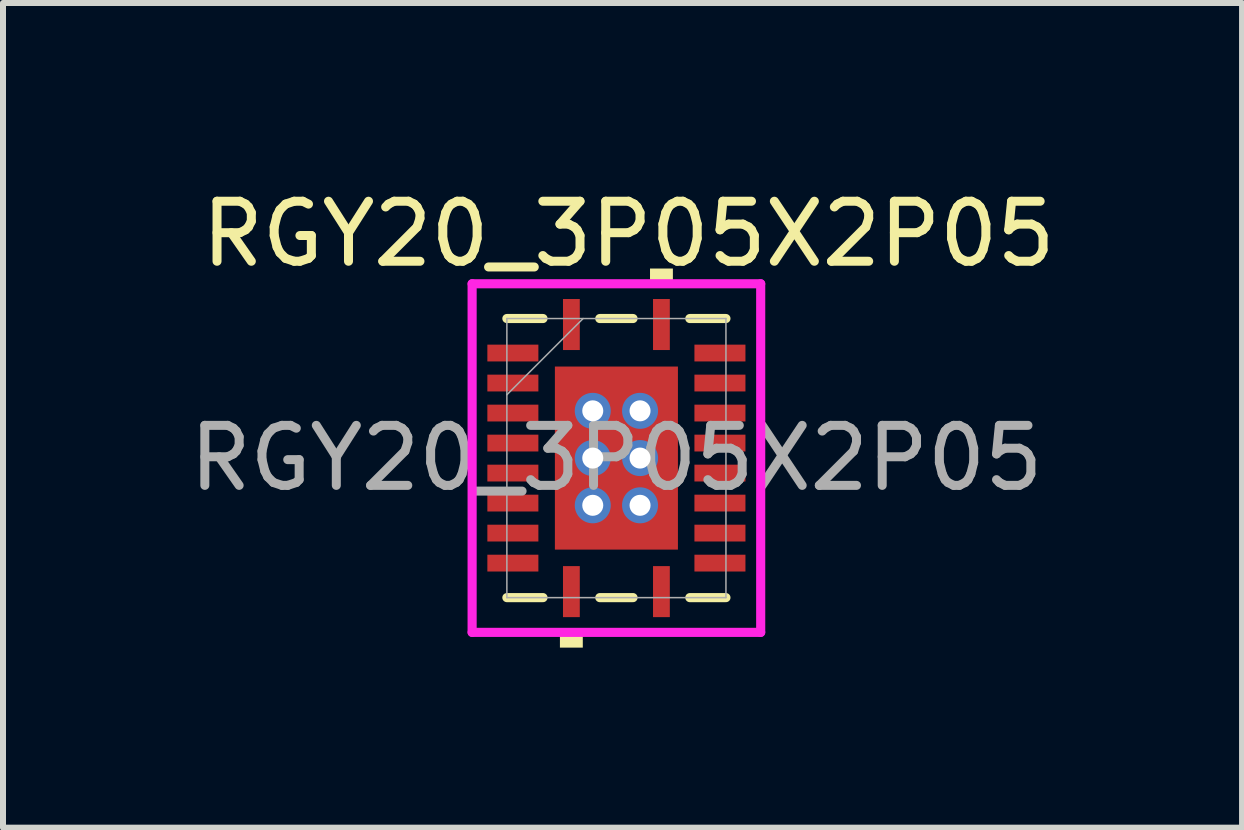
<source format=kicad_pcb>
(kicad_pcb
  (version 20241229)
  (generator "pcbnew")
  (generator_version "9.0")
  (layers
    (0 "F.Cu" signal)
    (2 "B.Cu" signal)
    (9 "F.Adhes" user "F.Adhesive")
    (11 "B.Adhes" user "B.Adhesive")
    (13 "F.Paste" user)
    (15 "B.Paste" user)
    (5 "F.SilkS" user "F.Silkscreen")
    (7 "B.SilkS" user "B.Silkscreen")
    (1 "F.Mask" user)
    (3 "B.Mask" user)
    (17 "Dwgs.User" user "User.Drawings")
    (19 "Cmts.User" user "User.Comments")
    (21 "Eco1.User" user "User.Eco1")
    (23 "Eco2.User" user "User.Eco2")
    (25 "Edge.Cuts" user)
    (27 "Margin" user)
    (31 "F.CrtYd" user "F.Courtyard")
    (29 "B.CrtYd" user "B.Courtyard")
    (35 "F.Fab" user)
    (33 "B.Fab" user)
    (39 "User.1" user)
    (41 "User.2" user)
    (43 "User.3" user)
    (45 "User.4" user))
  (footprint "RGY20_3P05X2P05"
    (layer "F.Cu")
    (at 7.22 4.582)
    (property "Reference" "RGY20_3P05X2P05" (at 0.203 -3.734 0) (unlocked yes) (layer "F.SilkS") (effects (font (size 1 1) (thickness 0.15))))
    (attr smd)
    (fp_poly (pts (xy -2.22 -1.96) (xy -2.22 -1.54) (xy -1.23 -1.54) (xy -1.23 -1.96)) (stroke (width 0) (type solid)) (fill yes) (layer "F.Mask"))
    (fp_poly (pts (xy -2.22 -1.46) (xy -2.22 -1.04) (xy -1.23 -1.04) (xy -1.23 -1.46)) (stroke (width 0) (type solid)) (fill yes) (layer "F.Mask"))
    (fp_poly (pts (xy -2.22 -0.96) (xy -2.22 -0.54) (xy -1.23 -0.54) (xy -1.23 -0.96)) (stroke (width 0) (type solid)) (fill yes) (layer "F.Mask"))
    (fp_poly (pts (xy -2.22 -0.46) (xy -2.22 -0.04) (xy -1.23 -0.04) (xy -1.23 -0.46)) (stroke (width 0) (type solid)) (fill yes) (layer "F.Mask"))
    (fp_poly (pts (xy -2.22 0.04) (xy -2.22 0.46) (xy -1.23 0.46) (xy -1.23 0.04)) (stroke (width 0) (type solid)) (fill yes) (layer "F.Mask"))
    (fp_poly (pts (xy -2.22 0.54) (xy -2.22 0.96) (xy -1.23 0.96) (xy -1.23 0.54)) (stroke (width 0) (type solid)) (fill yes) (layer "F.Mask"))
    (fp_poly (pts (xy -2.22 1.04) (xy -2.22 1.46) (xy -1.23 1.46) (xy -1.23 1.04)) (stroke (width 0) (type solid)) (fill yes) (layer "F.Mask"))
    (fp_poly (pts (xy -2.22 1.54) (xy -2.22 1.96) (xy -1.23 1.96) (xy -1.23 1.54)) (stroke (width 0) (type solid)) (fill yes) (layer "F.Mask"))
    (fp_poly (pts (xy -1.089 -1.588) (xy -0.594 -1.588) (xy -0.594 1.588) (xy -1.089 1.588)) (stroke (width 0) (type solid)) (fill yes) (layer "F.Mask"))
    (fp_poly (pts (xy -1.089 -1.588) (xy 1.089 -1.588) (xy 1.089 -0.987) (xy -1.089 -0.987)) (stroke (width 0) (type solid)) (fill yes) (layer "F.Mask"))
    (fp_poly (pts (xy -1.089 -0.587) (xy 1.089 -0.587) (xy 1.089 -0.2) (xy -1.089 -0.2)) (stroke (width 0) (type solid)) (fill yes) (layer "F.Mask"))
    (fp_poly (pts (xy -1.089 0.2) (xy 1.089 0.2) (xy 1.089 0.587) (xy -1.089 0.587)) (stroke (width 0) (type solid)) (fill yes) (layer "F.Mask"))
    (fp_poly (pts (xy -1.089 0.987) (xy 1.089 0.987) (xy 1.089 1.588) (xy -1.089 1.588)) (stroke (width 0) (type solid)) (fill yes) (layer "F.Mask"))
    (fp_poly (pts (xy -0.96 -2.72) (xy -0.96 -1.73) (xy -0.54 -1.73) (xy -0.54 -2.72)) (stroke (width 0) (type solid)) (fill yes) (layer "F.Mask"))
    (fp_poly (pts (xy -0.96 1.73) (xy -0.96 2.72) (xy -0.54 2.72) (xy -0.54 1.73)) (stroke (width 0) (type solid)) (fill yes) (layer "F.Mask"))
    (fp_poly (pts (xy 0.194 -1.588) (xy -0.194 -1.588) (xy -0.194 1.588) (xy 0.194 1.588)) (stroke (width 0) (type solid)) (fill yes) (layer "F.Mask"))
    (fp_poly (pts (xy 0.54 -2.72) (xy 0.54 -1.73) (xy 0.96 -1.73) (xy 0.96 -2.72)) (stroke (width 0) (type solid)) (fill yes) (layer "F.Mask"))
    (fp_poly (pts (xy 0.54 1.73) (xy 0.54 2.72) (xy 0.96 2.72) (xy 0.96 1.73)) (stroke (width 0) (type solid)) (fill yes) (layer "F.Mask"))
    (fp_poly (pts (xy 0.594 -1.588) (xy 1.089 -1.588) (xy 1.089 1.588) (xy 0.594 1.588)) (stroke (width 0) (type solid)) (fill yes) (layer "F.Mask"))
    (fp_poly (pts (xy 1.23 -1.96) (xy 1.23 -1.54) (xy 2.22 -1.54) (xy 2.22 -1.96)) (stroke (width 0) (type solid)) (fill yes) (layer "F.Mask"))
    (fp_poly (pts (xy 1.23 -1.46) (xy 1.23 -1.04) (xy 2.22 -1.04) (xy 2.22 -1.46)) (stroke (width 0) (type solid)) (fill yes) (layer "F.Mask"))
    (fp_poly (pts (xy 1.23 -0.96) (xy 1.23 -0.54) (xy 2.22 -0.54) (xy 2.22 -0.96)) (stroke (width 0) (type solid)) (fill yes) (layer "F.Mask"))
    (fp_poly (pts (xy 1.23 -0.46) (xy 1.23 -0.04) (xy 2.22 -0.04) (xy 2.22 -0.46)) (stroke (width 0) (type solid)) (fill yes) (layer "F.Mask"))
    (fp_poly (pts (xy 1.23 0.04) (xy 1.23 0.46) (xy 2.22 0.46) (xy 2.22 0.04)) (stroke (width 0) (type solid)) (fill yes) (layer "F.Mask"))
    (fp_poly (pts (xy 1.23 0.54) (xy 1.23 0.96) (xy 2.22 0.96) (xy 2.22 0.54)) (stroke (width 0) (type solid)) (fill yes) (layer "F.Mask"))
    (fp_poly (pts (xy 1.23 1.04) (xy 1.23 1.46) (xy 2.22 1.46) (xy 2.22 1.04)) (stroke (width 0) (type solid)) (fill yes) (layer "F.Mask"))
    (fp_poly (pts (xy 1.23 1.54) (xy 1.23 1.96) (xy 2.22 1.96) (xy 2.22 1.54)) (stroke (width 0) (type solid)) (fill yes) (layer "F.Mask"))
    (fp_line (start -1.825 2.325) (end -1.223 2.325) (stroke (width 0.152) (type solid)) (layer "F.SilkS"))
    (fp_line (start -1.223 -2.325) (end -1.825 -2.325) (stroke (width 0.152) (type solid)) (layer "F.SilkS"))
    (fp_line (start -0.277 2.325) (end 0.277 2.325) (stroke (width 0.152) (type solid)) (layer "F.SilkS"))
    (fp_line (start 0.277 -2.325) (end -0.277 -2.325) (stroke (width 0.152) (type solid)) (layer "F.SilkS"))
    (fp_line (start 1.223 2.325) (end 1.825 2.325) (stroke (width 0.152) (type solid)) (layer "F.SilkS"))
    (fp_line (start 1.825 -2.325) (end 1.223 -2.325) (stroke (width 0.152) (type solid)) (layer "F.SilkS"))
    (fp_poly (pts (xy -0.941 2.904) (xy -0.941 3.158) (xy -0.56 3.158) (xy -0.56 2.904)) (stroke (width 0) (type solid)) (fill yes) (layer "F.SilkS"))
    (fp_poly (pts (xy 0.56 -2.904) (xy 0.56 -3.158) (xy 0.941 -3.158) (xy 0.941 -2.904)) (stroke (width 0) (type solid)) (fill yes) (layer "F.SilkS"))
    (fp_poly (pts (xy -2.125 -1.865) (xy -2.125 -1.635) (xy -1.325 -1.635) (xy -1.325 -1.865)) (stroke (width 0) (type solid)) (fill yes) (layer "F.Paste"))
    (fp_poly (pts (xy -2.125 -1.365) (xy -2.125 -1.135) (xy -1.325 -1.135) (xy -1.325 -1.365)) (stroke (width 0) (type solid)) (fill yes) (layer "F.Paste"))
    (fp_poly (pts (xy -2.125 -0.865) (xy -2.125 -0.635) (xy -1.325 -0.635) (xy -1.325 -0.865)) (stroke (width 0) (type solid)) (fill yes) (layer "F.Paste"))
    (fp_poly (pts (xy -2.125 -0.365) (xy -2.125 -0.135) (xy -1.325 -0.135) (xy -1.325 -0.365)) (stroke (width 0) (type solid)) (fill yes) (layer "F.Paste"))
    (fp_poly (pts (xy -2.125 0.135) (xy -2.125 0.365) (xy -1.325 0.365) (xy -1.325 0.135)) (stroke (width 0) (type solid)) (fill yes) (layer "F.Paste"))
    (fp_poly (pts (xy -2.125 0.635) (xy -2.125 0.865) (xy -1.325 0.865) (xy -1.325 0.635)) (stroke (width 0) (type solid)) (fill yes) (layer "F.Paste"))
    (fp_poly (pts (xy -2.125 1.135) (xy -2.125 1.365) (xy -1.325 1.365) (xy -1.325 1.135)) (stroke (width 0) (type solid)) (fill yes) (layer "F.Paste"))
    (fp_poly (pts (xy -2.125 1.635) (xy -2.125 1.865) (xy -1.325 1.865) (xy -1.325 1.635)) (stroke (width 0) (type solid)) (fill yes) (layer "F.Paste"))
    (fp_poly (pts (xy -0.865 -2.625) (xy -0.865 -1.825) (xy -0.635 -1.825) (xy -0.635 -2.625)) (stroke (width 0) (type solid)) (fill yes) (layer "F.Paste"))
    (fp_poly (pts (xy -0.865 1.825) (xy -0.865 2.625) (xy -0.635 2.625) (xy -0.635 1.825)) (stroke (width 0) (type solid)) (fill yes) (layer "F.Paste"))
    (fp_poly (pts (xy 0.635 -2.625) (xy 0.635 -1.825) (xy 0.865 -1.825) (xy 0.865 -2.625)) (stroke (width 0) (type solid)) (fill yes) (layer "F.Paste"))
    (fp_poly (pts (xy 0.635 1.825) (xy 0.635 2.625) (xy 0.865 2.625) (xy 0.865 1.825)) (stroke (width 0) (type solid)) (fill yes) (layer "F.Paste"))
    (fp_poly (pts (xy 1.325 -1.865) (xy 1.325 -1.635) (xy 2.125 -1.635) (xy 2.125 -1.865)) (stroke (width 0) (type solid)) (fill yes) (layer "F.Paste"))
    (fp_poly (pts (xy 1.325 -1.365) (xy 1.325 -1.135) (xy 2.125 -1.135) (xy 2.125 -1.365)) (stroke (width 0) (type solid)) (fill yes) (layer "F.Paste"))
    (fp_poly (pts (xy 1.325 -0.865) (xy 1.325 -0.635) (xy 2.125 -0.635) (xy 2.125 -0.865)) (stroke (width 0) (type solid)) (fill yes) (layer "F.Paste"))
    (fp_poly (pts (xy 1.325 -0.365) (xy 1.325 -0.135) (xy 2.125 -0.135) (xy 2.125 -0.365)) (stroke (width 0) (type solid)) (fill yes) (layer "F.Paste"))
    (fp_poly (pts (xy 1.325 0.135) (xy 1.325 0.365) (xy 2.125 0.365) (xy 2.125 0.135)) (stroke (width 0) (type solid)) (fill yes) (layer "F.Paste"))
    (fp_poly (pts (xy 1.325 0.635) (xy 1.325 0.865) (xy 2.125 0.865) (xy 2.125 0.635)) (stroke (width 0) (type solid)) (fill yes) (layer "F.Paste"))
    (fp_poly (pts (xy 1.325 1.135) (xy 1.325 1.365) (xy 2.125 1.365) (xy 2.125 1.135)) (stroke (width 0) (type solid)) (fill yes) (layer "F.Paste"))
    (fp_poly (pts (xy 1.325 1.635) (xy 1.325 1.865) (xy 2.125 1.865) (xy 2.125 1.635)) (stroke (width 0) (type solid)) (fill yes) (layer "F.Paste"))
    (fp_poly (pts (xy -0.95 -1.45) (xy -0.95 -0.887) (xy -0.635 -0.887) (xy -0.494 -1.029) (xy -0.494 -1.45)) (stroke (width 0) (type solid)) (fill yes) (layer "F.Paste"))
    (fp_poly (pts (xy -0.95 0.887) (xy -0.95 1.45) (xy -0.494 1.45) (xy -0.494 1.029) (xy -0.635 0.887)) (stroke (width 0) (type solid)) (fill yes) (layer "F.Paste"))
    (fp_poly (pts (xy 0.494 -1.45) (xy 0.494 -1.029) (xy 0.635 -0.887) (xy 0.95 -0.887) (xy 0.95 -1.45)) (stroke (width 0) (type solid)) (fill yes) (layer "F.Paste"))
    (fp_poly (pts (xy 0.635 0.887) (xy 0.494 1.029) (xy 0.494 1.45) (xy 0.95 1.45) (xy 0.95 0.887)) (stroke (width 0) (type solid)) (fill yes) (layer "F.Paste"))
    (fp_poly (pts (xy -0.95 -0.687) (xy -0.95 -0.1) (xy -0.635 -0.1) (xy -0.494 -0.241) (xy -0.494 -0.546) (xy -0.635 -0.687)) (stroke (width 0) (type solid)) (fill yes) (layer "F.Paste"))
    (fp_poly (pts (xy -0.95 0.1) (xy -0.95 0.687) (xy -0.635 0.687) (xy -0.494 0.546) (xy -0.494 0.241) (xy -0.635 0.1)) (stroke (width 0) (type solid)) (fill yes) (layer "F.Paste"))
    (fp_poly (pts (xy -0.294 -1.45) (xy -0.294 -1.029) (xy -0.152 -0.887) (xy 0.152 -0.887) (xy 0.294 -1.029) (xy 0.294 -1.45)) (stroke (width 0) (type solid)) (fill yes) (layer "F.Paste"))
    (fp_poly (pts (xy -0.152 0.887) (xy -0.294 1.029) (xy -0.294 1.45) (xy 0.294 1.45) (xy 0.294 1.029) (xy 0.152 0.887)) (stroke (width 0) (type solid)) (fill yes) (layer "F.Paste"))
    (fp_poly (pts (xy 0.635 -0.687) (xy 0.494 -0.546) (xy 0.494 -0.241) (xy 0.635 -0.1) (xy 0.95 -0.1) (xy 0.95 -0.687)) (stroke (width 0) (type solid)) (fill yes) (layer "F.Paste"))
    (fp_poly (pts (xy 0.635 0.1) (xy 0.494 0.241) (xy 0.494 0.546) (xy 0.635 0.687) (xy 0.95 0.687) (xy 0.95 0.1)) (stroke (width 0) (type solid)) (fill yes) (layer "F.Paste"))
    (fp_poly (pts (xy -0.152 -0.687) (xy -0.294 -0.546) (xy -0.294 -0.241) (xy -0.152 -0.1) (xy 0.152 -0.1) (xy 0.294 -0.241) (xy 0.294 -0.546) (xy 0.152 -0.687)) (stroke (width 0) (type solid)) (fill yes) (layer "F.Paste"))
    (fp_poly (pts (xy -0.152 0.1) (xy -0.294 0.241) (xy -0.294 0.546) (xy -0.152 0.687) (xy 0.152 0.687) (xy 0.294 0.546) (xy 0.294 0.241) (xy 0.152 0.1)) (stroke (width 0) (type solid)) (fill yes) (layer "F.Paste"))
    (fp_line (start -2.404 -2.904) (end 2.404 -2.904) (stroke (width 0.152) (type solid)) (layer "F.CrtYd"))
    (fp_line (start -2.404 2.904) (end -2.404 -2.904) (stroke (width 0.152) (type solid)) (layer "F.CrtYd"))
    (fp_line (start 2.404 -2.904) (end 2.404 2.904) (stroke (width 0.152) (type solid)) (layer "F.CrtYd"))
    (fp_line (start 2.404 2.904) (end -2.404 2.904) (stroke (width 0.152) (type solid)) (layer "F.CrtYd"))
    (fp_line (start -1.825 -2.325) (end -1.825 2.325) (stroke (width 0.025) (type solid)) (layer "F.Fab"))
    (fp_line (start -1.825 -1.055) (end -0.555 -2.325) (stroke (width 0.025) (type solid)) (layer "F.Fab"))
    (fp_line (start -1.825 2.325) (end 1.825 2.325) (stroke (width 0.025) (type solid)) (layer "F.Fab"))
    (fp_line (start 1.825 -2.325) (end -1.825 -2.325) (stroke (width 0.025) (type solid)) (layer "F.Fab"))
    (fp_line (start 1.825 2.325) (end 1.825 -2.325) (stroke (width 0.025) (type solid)) (layer "F.Fab"))
    (fp_text user "${REFERENCE}" (at 0 0 0) (unlocked yes) (layer "F.Fab") (effects (font (size 1 1) (thickness 0.15))))
    (pad "1" smd rect (at -0.75 -2.225) (size 0.28 0.85) (layers "F.Cu" "F.Mask"))
    (pad "2" smd rect (at -1.725 -1.75 90) (size 0.28 0.85) (layers "F.Cu" "F.Mask"))
    (pad "3" smd rect (at -1.725 -1.25 90) (size 0.28 0.85) (layers "F.Cu" "F.Mask"))
    (pad "4" smd rect (at -1.725 -0.75 90) (size 0.28 0.85) (layers "F.Cu" "F.Mask"))
    (pad "5" smd rect (at -1.725 -0.25 90) (size 0.28 0.85) (layers "F.Cu" "F.Mask"))
    (pad "6" smd rect (at -1.725 0.25 90) (size 0.28 0.85) (layers "F.Cu" "F.Mask"))
    (pad "7" smd rect (at -1.725 0.75 90) (size 0.28 0.85) (layers "F.Cu" "F.Mask"))
    (pad "8" smd rect (at -1.725 1.25 90) (size 0.28 0.85) (layers "F.Cu" "F.Mask"))
    (pad "9" smd rect (at -1.725 1.75 90) (size 0.28 0.85) (layers "F.Cu" "F.Mask"))
    (pad "10" smd rect (at -0.75 2.225) (size 0.28 0.85) (layers "F.Cu" "F.Mask"))
    (pad "11" smd rect (at 0.75 2.225) (size 0.28 0.85) (layers "F.Cu" "F.Mask"))
    (pad "12" smd rect (at 1.725 1.75 90) (size 0.28 0.85) (layers "F.Cu" "F.Mask"))
    (pad "13" smd rect (at 1.725 1.25 90) (size 0.28 0.85) (layers "F.Cu" "F.Mask"))
    (pad "14" smd rect (at 1.725 0.75 90) (size 0.28 0.85) (layers "F.Cu" "F.Mask"))
    (pad "15" smd rect (at 1.725 0.25 90) (size 0.28 0.85) (layers "F.Cu" "F.Mask"))
    (pad "16" smd rect (at 1.725 -0.25 90) (size 0.28 0.85) (layers "F.Cu" "F.Mask"))
    (pad "17" smd rect (at 1.725 -0.75 90) (size 0.28 0.85) (layers "F.Cu" "F.Mask"))
    (pad "18" smd rect (at 1.725 -1.25 90) (size 0.28 0.85) (layers "F.Cu" "F.Mask"))
    (pad "19" smd rect (at 1.725 -1.75 90) (size 0.28 0.85) (layers "F.Cu" "F.Mask"))
    (pad "20" smd rect (at 0.75 -2.225) (size 0.28 0.85) (layers "F.Cu" "F.Mask"))
    (pad "21" thru_hole circle (at -0.394 -0.787) (size 0.6 0.6) (drill 0.35) (layers "*.Cu" "*.Mask"))
    (pad "21" thru_hole circle (at -0.394 0) (size 0.6 0.6) (drill 0.35) (layers "*.Cu" "*.Mask"))
    (pad "21" thru_hole circle (at -0.394 0.787) (size 0.6 0.6) (drill 0.35) (layers "*.Cu" "*.Mask"))
    (pad "21" smd rect (at 0 0) (size 2.05 3.05) (layers "F.Cu"))
    (pad "21" thru_hole circle (at 0.394 -0.787) (size 0.6 0.6) (drill 0.35) (layers "*.Cu" "*.Mask"))
    (pad "21" thru_hole circle (at 0.394 0) (size 0.6 0.6) (drill 0.35) (layers "*.Cu" "*.Mask"))
    (pad "21" thru_hole circle (at 0.394 0.787) (size 0.6 0.6) (drill 0.35) (layers "*.Cu" "*.Mask")))
  (gr_rect
    (start -3 -3)
    (end 17.644 10.74)
    (stroke (width 0.1) (type default))
    (fill no)
    (layer "Edge.Cuts")))
</source>
